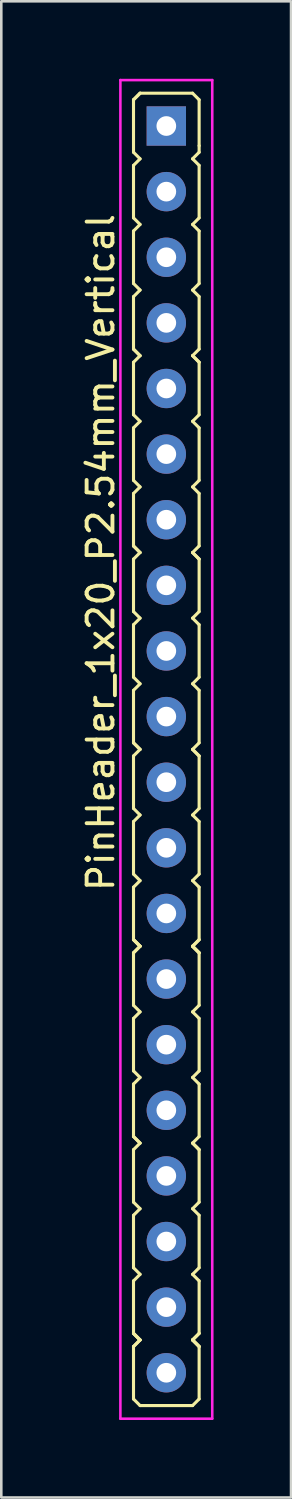
<source format=kicad_pcb>
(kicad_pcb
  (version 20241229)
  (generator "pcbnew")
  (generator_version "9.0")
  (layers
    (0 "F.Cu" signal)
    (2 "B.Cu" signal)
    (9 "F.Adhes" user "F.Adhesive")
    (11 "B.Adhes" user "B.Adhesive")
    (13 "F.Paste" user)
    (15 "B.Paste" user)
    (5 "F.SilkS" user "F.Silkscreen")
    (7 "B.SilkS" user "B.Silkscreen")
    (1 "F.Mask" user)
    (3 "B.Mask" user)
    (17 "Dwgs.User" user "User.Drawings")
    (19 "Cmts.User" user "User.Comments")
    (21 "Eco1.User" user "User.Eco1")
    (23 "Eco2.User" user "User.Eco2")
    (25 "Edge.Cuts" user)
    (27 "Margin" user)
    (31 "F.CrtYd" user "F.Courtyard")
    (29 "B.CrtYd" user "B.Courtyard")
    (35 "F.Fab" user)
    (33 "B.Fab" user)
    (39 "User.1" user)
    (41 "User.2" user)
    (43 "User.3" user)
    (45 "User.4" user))
  (footprint "PinHeader_1x20_P2.54mm_Vertical"
    (layer "F.Cu")
    (at 3.388 25.958)
    (property "Reference" "PinHeader_1x20_P2.54mm_Vertical" (at -2.54 -7.62 90) (layer "F.SilkS") (effects (font (size 1 1) (thickness 0.15))))
    (attr through_hole)
    (fp_line (start -1.27 -25.146) (end -1.016 -25.4) (stroke (width 0.12) (type solid)) (layer "F.SilkS"))
    (fp_line (start -1.27 -25.146) (end -1.016 -25.4) (stroke (width 0.12) (type solid)) (layer "F.SilkS"))
    (fp_line (start -1.27 -23.114) (end -1.27 -25.146) (stroke (width 0.12) (type solid)) (layer "F.SilkS"))
    (fp_line (start -1.27 -22.606) (end -1.016 -22.86) (stroke (width 0.12) (type solid)) (layer "F.SilkS"))
    (fp_line (start -1.27 -20.574) (end -1.27 -22.606) (stroke (width 0.12) (type solid)) (layer "F.SilkS"))
    (fp_line (start -1.27 -20.066) (end -1.016 -20.32) (stroke (width 0.12) (type solid)) (layer "F.SilkS"))
    (fp_line (start -1.27 -18.034) (end -1.27 -20.066) (stroke (width 0.12) (type solid)) (layer "F.SilkS"))
    (fp_line (start -1.27 -17.526) (end -1.016 -17.78) (stroke (width 0.12) (type solid)) (layer "F.SilkS"))
    (fp_line (start -1.27 -15.494) (end -1.27 -17.526) (stroke (width 0.12) (type solid)) (layer "F.SilkS"))
    (fp_line (start -1.27 -14.986) (end -1.016 -15.24) (stroke (width 0.12) (type solid)) (layer "F.SilkS"))
    (fp_line (start -1.27 -12.954) (end -1.27 -14.986) (stroke (width 0.12) (type solid)) (layer "F.SilkS"))
    (fp_line (start -1.27 -12.446) (end -1.016 -12.7) (stroke (width 0.12) (type solid)) (layer "F.SilkS"))
    (fp_line (start -1.27 -10.414) (end -1.27 -12.446) (stroke (width 0.12) (type solid)) (layer "F.SilkS"))
    (fp_line (start -1.27 -9.906) (end -1.016 -10.16) (stroke (width 0.12) (type solid)) (layer "F.SilkS"))
    (fp_line (start -1.27 -7.874) (end -1.27 -9.906) (stroke (width 0.12) (type solid)) (layer "F.SilkS"))
    (fp_line (start -1.27 -7.366) (end -1.016 -7.62) (stroke (width 0.12) (type solid)) (layer "F.SilkS"))
    (fp_line (start -1.27 -5.334) (end -1.27 -7.366) (stroke (width 0.12) (type solid)) (layer "F.SilkS"))
    (fp_line (start -1.27 -4.826) (end -1.016 -5.08) (stroke (width 0.12) (type solid)) (layer "F.SilkS"))
    (fp_line (start -1.27 -2.794) (end -1.27 -4.826) (stroke (width 0.12) (type solid)) (layer "F.SilkS"))
    (fp_line (start -1.27 -2.286) (end -1.016 -2.54) (stroke (width 0.12) (type solid)) (layer "F.SilkS"))
    (fp_line (start -1.27 -0.254) (end -1.27 -2.286) (stroke (width 0.12) (type solid)) (layer "F.SilkS"))
    (fp_line (start -1.27 0.254) (end -1.016 0) (stroke (width 0.12) (type solid)) (layer "F.SilkS"))
    (fp_line (start -1.27 2.286) (end -1.27 0.254) (stroke (width 0.12) (type solid)) (layer "F.SilkS"))
    (fp_line (start -1.27 2.794) (end -1.016 2.54) (stroke (width 0.12) (type solid)) (layer "F.SilkS"))
    (fp_line (start -1.27 4.826) (end -1.27 2.794) (stroke (width 0.12) (type solid)) (layer "F.SilkS"))
    (fp_line (start -1.27 5.334) (end -1.016 5.08) (stroke (width 0.12) (type solid)) (layer "F.SilkS"))
    (fp_line (start -1.27 7.366) (end -1.27 5.334) (stroke (width 0.12) (type solid)) (layer "F.SilkS"))
    (fp_line (start -1.27 7.874) (end -1.016 7.62) (stroke (width 0.12) (type solid)) (layer "F.SilkS"))
    (fp_line (start -1.27 7.874) (end -1.016 7.62) (stroke (width 0.12) (type solid)) (layer "F.SilkS"))
    (fp_line (start -1.27 9.906) (end -1.27 7.874) (stroke (width 0.12) (type solid)) (layer "F.SilkS"))
    (fp_line (start -1.27 10.414) (end -1.016 10.16) (stroke (width 0.12) (type solid)) (layer "F.SilkS"))
    (fp_line (start -1.27 12.446) (end -1.27 10.414) (stroke (width 0.12) (type solid)) (layer "F.SilkS"))
    (fp_line (start -1.27 12.954) (end -1.016 12.7) (stroke (width 0.12) (type solid)) (layer "F.SilkS"))
    (fp_line (start -1.27 14.986) (end -1.27 12.954) (stroke (width 0.12) (type solid)) (layer "F.SilkS"))
    (fp_line (start -1.27 15.494) (end -1.016 15.24) (stroke (width 0.12) (type solid)) (layer "F.SilkS"))
    (fp_line (start -1.27 17.526) (end -1.27 15.494) (stroke (width 0.12) (type solid)) (layer "F.SilkS"))
    (fp_line (start -1.27 18.034) (end -1.016 17.78) (stroke (width 0.12) (type solid)) (layer "F.SilkS"))
    (fp_line (start -1.27 20.066) (end -1.27 18.034) (stroke (width 0.12) (type solid)) (layer "F.SilkS"))
    (fp_line (start -1.27 20.574) (end -1.016 20.32) (stroke (width 0.12) (type solid)) (layer "F.SilkS"))
    (fp_line (start -1.27 22.606) (end -1.27 20.574) (stroke (width 0.12) (type solid)) (layer "F.SilkS"))
    (fp_line (start -1.27 23.114) (end -1.016 22.86) (stroke (width 0.12) (type solid)) (layer "F.SilkS"))
    (fp_line (start -1.27 23.114) (end -1.016 22.86) (stroke (width 0.12) (type solid)) (layer "F.SilkS"))
    (fp_line (start -1.27 25.146) (end -1.27 23.114) (stroke (width 0.12) (type solid)) (layer "F.SilkS"))
    (fp_line (start -1.016 -22.86) (end -1.27 -23.114) (stroke (width 0.12) (type solid)) (layer "F.SilkS"))
    (fp_line (start -1.016 -20.32) (end -1.27 -20.574) (stroke (width 0.12) (type solid)) (layer "F.SilkS"))
    (fp_line (start -1.016 -17.78) (end -1.27 -18.034) (stroke (width 0.12) (type solid)) (layer "F.SilkS"))
    (fp_line (start -1.016 -15.24) (end -1.27 -15.494) (stroke (width 0.12) (type solid)) (layer "F.SilkS"))
    (fp_line (start -1.016 -15.24) (end -1.27 -15.494) (stroke (width 0.12) (type solid)) (layer "F.SilkS"))
    (fp_line (start -1.016 -12.7) (end -1.27 -12.954) (stroke (width 0.12) (type solid)) (layer "F.SilkS"))
    (fp_line (start -1.016 -10.16) (end -1.27 -10.414) (stroke (width 0.12) (type solid)) (layer "F.SilkS"))
    (fp_line (start -1.016 -7.62) (end -1.27 -7.874) (stroke (width 0.12) (type solid)) (layer "F.SilkS"))
    (fp_line (start -1.016 -7.62) (end -1.27 -7.874) (stroke (width 0.12) (type solid)) (layer "F.SilkS"))
    (fp_line (start -1.016 -5.08) (end -1.27 -5.334) (stroke (width 0.12) (type solid)) (layer "F.SilkS"))
    (fp_line (start -1.016 -2.54) (end -1.27 -2.794) (stroke (width 0.12) (type solid)) (layer "F.SilkS"))
    (fp_line (start -1.016 0) (end -1.27 -0.254) (stroke (width 0.12) (type solid)) (layer "F.SilkS"))
    (fp_line (start -1.016 0) (end -1.27 -0.254) (stroke (width 0.12) (type solid)) (layer "F.SilkS"))
    (fp_line (start -1.016 2.54) (end -1.27 2.286) (stroke (width 0.12) (type solid)) (layer "F.SilkS"))
    (fp_line (start -1.016 5.08) (end -1.27 4.826) (stroke (width 0.12) (type solid)) (layer "F.SilkS"))
    (fp_line (start -1.016 7.62) (end -1.27 7.366) (stroke (width 0.12) (type solid)) (layer "F.SilkS"))
    (fp_line (start -1.016 7.62) (end -1.27 7.366) (stroke (width 0.12) (type solid)) (layer "F.SilkS"))
    (fp_line (start -1.016 7.62) (end -1.27 7.366) (stroke (width 0.12) (type solid)) (layer "F.SilkS"))
    (fp_line (start -1.016 10.16) (end -1.27 9.906) (stroke (width 0.12) (type solid)) (layer "F.SilkS"))
    (fp_line (start -1.016 12.7) (end -1.27 12.446) (stroke (width 0.12) (type solid)) (layer "F.SilkS"))
    (fp_line (start -1.016 15.24) (end -1.27 14.986) (stroke (width 0.12) (type solid)) (layer "F.SilkS"))
    (fp_line (start -1.016 15.24) (end -1.27 14.986) (stroke (width 0.12) (type solid)) (layer "F.SilkS"))
    (fp_line (start -1.016 17.78) (end -1.27 17.526) (stroke (width 0.12) (type solid)) (layer "F.SilkS"))
    (fp_line (start -1.016 20.32) (end -1.27 20.066) (stroke (width 0.12) (type solid)) (layer "F.SilkS"))
    (fp_line (start -1.016 22.86) (end -1.27 22.606) (stroke (width 0.12) (type solid)) (layer "F.SilkS"))
    (fp_line (start -1.016 22.86) (end -1.27 22.606) (stroke (width 0.12) (type solid)) (layer "F.SilkS"))
    (fp_line (start -1.016 22.86) (end -1.27 22.606) (stroke (width 0.12) (type solid)) (layer "F.SilkS"))
    (fp_line (start -1.016 25.4) (end -1.27 25.146) (stroke (width 0.12) (type solid)) (layer "F.SilkS"))
    (fp_line (start 1.016 -25.4) (end -1.016 -25.4) (stroke (width 0.12) (type solid)) (layer "F.SilkS"))
    (fp_line (start 1.016 -22.86) (end 1.27 -22.606) (stroke (width 0.12) (type solid)) (layer "F.SilkS"))
    (fp_line (start 1.016 -20.32) (end 1.27 -20.066) (stroke (width 0.12) (type solid)) (layer "F.SilkS"))
    (fp_line (start 1.016 -17.78) (end 1.27 -17.526) (stroke (width 0.12) (type solid)) (layer "F.SilkS"))
    (fp_line (start 1.016 -15.24) (end 1.27 -14.986) (stroke (width 0.12) (type solid)) (layer "F.SilkS"))
    (fp_line (start 1.016 -15.24) (end 1.27 -14.986) (stroke (width 0.12) (type solid)) (layer "F.SilkS"))
    (fp_line (start 1.016 -12.7) (end 1.27 -12.446) (stroke (width 0.12) (type solid)) (layer "F.SilkS"))
    (fp_line (start 1.016 -10.16) (end 1.27 -9.906) (stroke (width 0.12) (type solid)) (layer "F.SilkS"))
    (fp_line (start 1.016 -7.62) (end 1.27 -7.366) (stroke (width 0.12) (type solid)) (layer "F.SilkS"))
    (fp_line (start 1.016 -7.62) (end 1.27 -7.366) (stroke (width 0.12) (type solid)) (layer "F.SilkS"))
    (fp_line (start 1.016 -5.08) (end 1.27 -4.826) (stroke (width 0.12) (type solid)) (layer "F.SilkS"))
    (fp_line (start 1.016 -2.54) (end 1.27 -2.286) (stroke (width 0.12) (type solid)) (layer "F.SilkS"))
    (fp_line (start 1.016 0) (end 1.27 0.254) (stroke (width 0.12) (type solid)) (layer "F.SilkS"))
    (fp_line (start 1.016 0) (end 1.27 0.254) (stroke (width 0.12) (type solid)) (layer "F.SilkS"))
    (fp_line (start 1.016 2.54) (end 1.27 2.794) (stroke (width 0.12) (type solid)) (layer "F.SilkS"))
    (fp_line (start 1.016 5.08) (end 1.27 5.334) (stroke (width 0.12) (type solid)) (layer "F.SilkS"))
    (fp_line (start 1.016 7.62) (end 1.27 7.874) (stroke (width 0.12) (type solid)) (layer "F.SilkS"))
    (fp_line (start 1.016 7.62) (end 1.27 7.874) (stroke (width 0.12) (type solid)) (layer "F.SilkS"))
    (fp_line (start 1.016 7.62) (end 1.27 7.874) (stroke (width 0.12) (type solid)) (layer "F.SilkS"))
    (fp_line (start 1.016 10.16) (end 1.27 10.414) (stroke (width 0.12) (type solid)) (layer "F.SilkS"))
    (fp_line (start 1.016 12.7) (end 1.27 12.954) (stroke (width 0.12) (type solid)) (layer "F.SilkS"))
    (fp_line (start 1.016 15.24) (end 1.27 15.494) (stroke (width 0.12) (type solid)) (layer "F.SilkS"))
    (fp_line (start 1.016 15.24) (end 1.27 15.494) (stroke (width 0.12) (type solid)) (layer "F.SilkS"))
    (fp_line (start 1.016 17.78) (end 1.27 18.034) (stroke (width 0.12) (type solid)) (layer "F.SilkS"))
    (fp_line (start 1.016 20.32) (end 1.27 20.574) (stroke (width 0.12) (type solid)) (layer "F.SilkS"))
    (fp_line (start 1.016 22.86) (end 1.27 23.114) (stroke (width 0.12) (type solid)) (layer "F.SilkS"))
    (fp_line (start 1.016 22.86) (end 1.27 23.114) (stroke (width 0.12) (type solid)) (layer "F.SilkS"))
    (fp_line (start 1.016 22.86) (end 1.27 23.114) (stroke (width 0.12) (type solid)) (layer "F.SilkS"))
    (fp_line (start 1.016 25.4) (end -1.016 25.4) (stroke (width 0.12) (type solid)) (layer "F.SilkS"))
    (fp_line (start 1.27 -25.146) (end 1.016 -25.4) (stroke (width 0.12) (type solid)) (layer "F.SilkS"))
    (fp_line (start 1.27 -25.146) (end 1.27 -23.368) (stroke (width 0.12) (type solid)) (layer "F.SilkS"))
    (fp_line (start 1.27 -23.368) (end 1.27 -23.114) (stroke (width 0.12) (type solid)) (layer "F.SilkS"))
    (fp_line (start 1.27 -23.114) (end 1.016 -22.86) (stroke (width 0.12) (type solid)) (layer "F.SilkS"))
    (fp_line (start 1.27 -22.606) (end 1.27 -20.574) (stroke (width 0.12) (type solid)) (layer "F.SilkS"))
    (fp_line (start 1.27 -20.574) (end 1.016 -20.32) (stroke (width 0.12) (type solid)) (layer "F.SilkS"))
    (fp_line (start 1.27 -20.066) (end 1.27 -18.034) (stroke (width 0.12) (type solid)) (layer "F.SilkS"))
    (fp_line (start 1.27 -18.034) (end 1.016 -17.78) (stroke (width 0.12) (type solid)) (layer "F.SilkS"))
    (fp_line (start 1.27 -17.526) (end 1.27 -15.494) (stroke (width 0.12) (type solid)) (layer "F.SilkS"))
    (fp_line (start 1.27 -15.494) (end 1.016 -15.24) (stroke (width 0.12) (type solid)) (layer "F.SilkS"))
    (fp_line (start 1.27 -14.986) (end 1.27 -12.954) (stroke (width 0.12) (type solid)) (layer "F.SilkS"))
    (fp_line (start 1.27 -12.954) (end 1.016 -12.7) (stroke (width 0.12) (type solid)) (layer "F.SilkS"))
    (fp_line (start 1.27 -12.446) (end 1.27 -10.414) (stroke (width 0.12) (type solid)) (layer "F.SilkS"))
    (fp_line (start 1.27 -10.414) (end 1.016 -10.16) (stroke (width 0.12) (type solid)) (layer "F.SilkS"))
    (fp_line (start 1.27 -9.906) (end 1.27 -7.874) (stroke (width 0.12) (type solid)) (layer "F.SilkS"))
    (fp_line (start 1.27 -7.874) (end 1.016 -7.62) (stroke (width 0.12) (type solid)) (layer "F.SilkS"))
    (fp_line (start 1.27 -7.366) (end 1.27 -5.334) (stroke (width 0.12) (type solid)) (layer "F.SilkS"))
    (fp_line (start 1.27 -5.334) (end 1.016 -5.08) (stroke (width 0.12) (type solid)) (layer "F.SilkS"))
    (fp_line (start 1.27 -4.826) (end 1.27 -2.794) (stroke (width 0.12) (type solid)) (layer "F.SilkS"))
    (fp_line (start 1.27 -2.794) (end 1.016 -2.54) (stroke (width 0.12) (type solid)) (layer "F.SilkS"))
    (fp_line (start 1.27 -2.286) (end 1.27 -0.254) (stroke (width 0.12) (type solid)) (layer "F.SilkS"))
    (fp_line (start 1.27 -0.254) (end 1.016 0) (stroke (width 0.12) (type solid)) (layer "F.SilkS"))
    (fp_line (start 1.27 0.254) (end 1.27 2.286) (stroke (width 0.12) (type solid)) (layer "F.SilkS"))
    (fp_line (start 1.27 2.286) (end 1.016 2.54) (stroke (width 0.12) (type solid)) (layer "F.SilkS"))
    (fp_line (start 1.27 2.794) (end 1.27 4.826) (stroke (width 0.12) (type solid)) (layer "F.SilkS"))
    (fp_line (start 1.27 4.826) (end 1.016 5.08) (stroke (width 0.12) (type solid)) (layer "F.SilkS"))
    (fp_line (start 1.27 5.334) (end 1.27 7.366) (stroke (width 0.12) (type solid)) (layer "F.SilkS"))
    (fp_line (start 1.27 7.366) (end 1.016 7.62) (stroke (width 0.12) (type solid)) (layer "F.SilkS"))
    (fp_line (start 1.27 7.366) (end 1.016 7.62) (stroke (width 0.12) (type solid)) (layer "F.SilkS"))
    (fp_line (start 1.27 7.874) (end 1.27 9.906) (stroke (width 0.12) (type solid)) (layer "F.SilkS"))
    (fp_line (start 1.27 9.906) (end 1.016 10.16) (stroke (width 0.12) (type solid)) (layer "F.SilkS"))
    (fp_line (start 1.27 10.414) (end 1.27 12.446) (stroke (width 0.12) (type solid)) (layer "F.SilkS"))
    (fp_line (start 1.27 12.446) (end 1.016 12.7) (stroke (width 0.12) (type solid)) (layer "F.SilkS"))
    (fp_line (start 1.27 12.954) (end 1.27 14.986) (stroke (width 0.12) (type solid)) (layer "F.SilkS"))
    (fp_line (start 1.27 14.986) (end 1.016 15.24) (stroke (width 0.12) (type solid)) (layer "F.SilkS"))
    (fp_line (start 1.27 15.494) (end 1.27 17.526) (stroke (width 0.12) (type solid)) (layer "F.SilkS"))
    (fp_line (start 1.27 17.526) (end 1.016 17.78) (stroke (width 0.12) (type solid)) (layer "F.SilkS"))
    (fp_line (start 1.27 18.034) (end 1.27 20.066) (stroke (width 0.12) (type solid)) (layer "F.SilkS"))
    (fp_line (start 1.27 20.066) (end 1.016 20.32) (stroke (width 0.12) (type solid)) (layer "F.SilkS"))
    (fp_line (start 1.27 20.574) (end 1.27 22.606) (stroke (width 0.12) (type solid)) (layer "F.SilkS"))
    (fp_line (start 1.27 22.606) (end 1.016 22.86) (stroke (width 0.12) (type solid)) (layer "F.SilkS"))
    (fp_line (start 1.27 22.606) (end 1.016 22.86) (stroke (width 0.12) (type solid)) (layer "F.SilkS"))
    (fp_line (start 1.27 23.114) (end 1.27 25.146) (stroke (width 0.12) (type solid)) (layer "F.SilkS"))
    (fp_line (start 1.27 25.146) (end 1.016 25.4) (stroke (width 0.12) (type solid)) (layer "F.SilkS"))
    (fp_line (start -1.778 25.908) (end -1.778 -25.908) (stroke (width 0.1) (type solid)) (layer "F.CrtYd"))
    (fp_line (start -1.778 25.908) (end 1.778 25.908) (stroke (width 0.1) (type solid)) (layer "F.CrtYd"))
    (fp_line (start 1.778 -25.908) (end -1.778 -25.908) (stroke (width 0.1) (type solid)) (layer "F.CrtYd"))
    (fp_line (start 1.778 -25.908) (end 1.778 25.908) (stroke (width 0.1) (type solid)) (layer "F.CrtYd"))
    (pad "1" thru_hole rect (at 0 -24.13) (size 1.524 1.524) (drill 0.762) (layers "*.Cu" "*.Mask"))
    (pad "2" thru_hole oval (at 0 -21.59) (size 1.524 1.524) (drill 0.762) (layers "*.Cu" "*.Mask"))
    (pad "3" thru_hole oval (at 0 -19.05) (size 1.524 1.524) (drill 0.762) (layers "*.Cu" "*.Mask"))
    (pad "4" thru_hole oval (at 0 -16.51) (size 1.524 1.524) (drill 0.762) (layers "*.Cu" "*.Mask"))
    (pad "5" thru_hole oval (at 0 -13.97) (size 1.524 1.524) (drill 0.762) (layers "*.Cu" "*.Mask"))
    (pad "6" thru_hole oval (at 0 -11.43) (size 1.524 1.524) (drill 0.762) (layers "*.Cu" "*.Mask"))
    (pad "7" thru_hole oval (at 0 -8.89) (size 1.524 1.524) (drill 0.762) (layers "*.Cu" "*.Mask"))
    (pad "8" thru_hole oval (at 0 -6.35) (size 1.524 1.524) (drill 0.762) (layers "*.Cu" "*.Mask"))
    (pad "9" thru_hole oval (at 0 -3.81) (size 1.524 1.524) (drill 0.762) (layers "*.Cu" "*.Mask"))
    (pad "10" thru_hole oval (at 0 -1.27) (size 1.524 1.524) (drill 0.762) (layers "*.Cu" "*.Mask"))
    (pad "11" thru_hole oval (at 0 1.27) (size 1.524 1.524) (drill 0.762) (layers "*.Cu" "*.Mask"))
    (pad "12" thru_hole oval (at 0 3.81) (size 1.524 1.524) (drill 0.762) (layers "*.Cu" "*.Mask"))
    (pad "13" thru_hole oval (at 0 6.35) (size 1.524 1.524) (drill 0.762) (layers "*.Cu" "*.Mask"))
    (pad "14" thru_hole oval (at 0 8.89) (size 1.524 1.524) (drill 0.762) (layers "*.Cu" "*.Mask"))
    (pad "15" thru_hole oval (at 0 11.43) (size 1.524 1.524) (drill 0.762) (layers "*.Cu" "*.Mask"))
    (pad "16" thru_hole oval (at 0 13.97) (size 1.524 1.524) (drill 0.762) (layers "*.Cu" "*.Mask"))
    (pad "17" thru_hole oval (at 0 16.51) (size 1.524 1.524) (drill 0.762) (layers "*.Cu" "*.Mask"))
    (pad "18" thru_hole oval (at 0 19.05) (size 1.524 1.524) (drill 0.762) (layers "*.Cu" "*.Mask"))
    (pad "19" thru_hole oval (at 0 21.59) (size 1.524 1.524) (drill 0.762) (layers "*.Cu" "*.Mask"))
    (pad "20" thru_hole oval (at 0 24.13) (size 1.524 1.524) (drill 0.762) (layers "*.Cu" "*.Mask")))
  (gr_rect
    (start -3 -3)
    (end 8.216 54.916)
    (stroke (width 0.1) (type default))
    (fill no)
    (layer "Edge.Cuts")))
</source>
